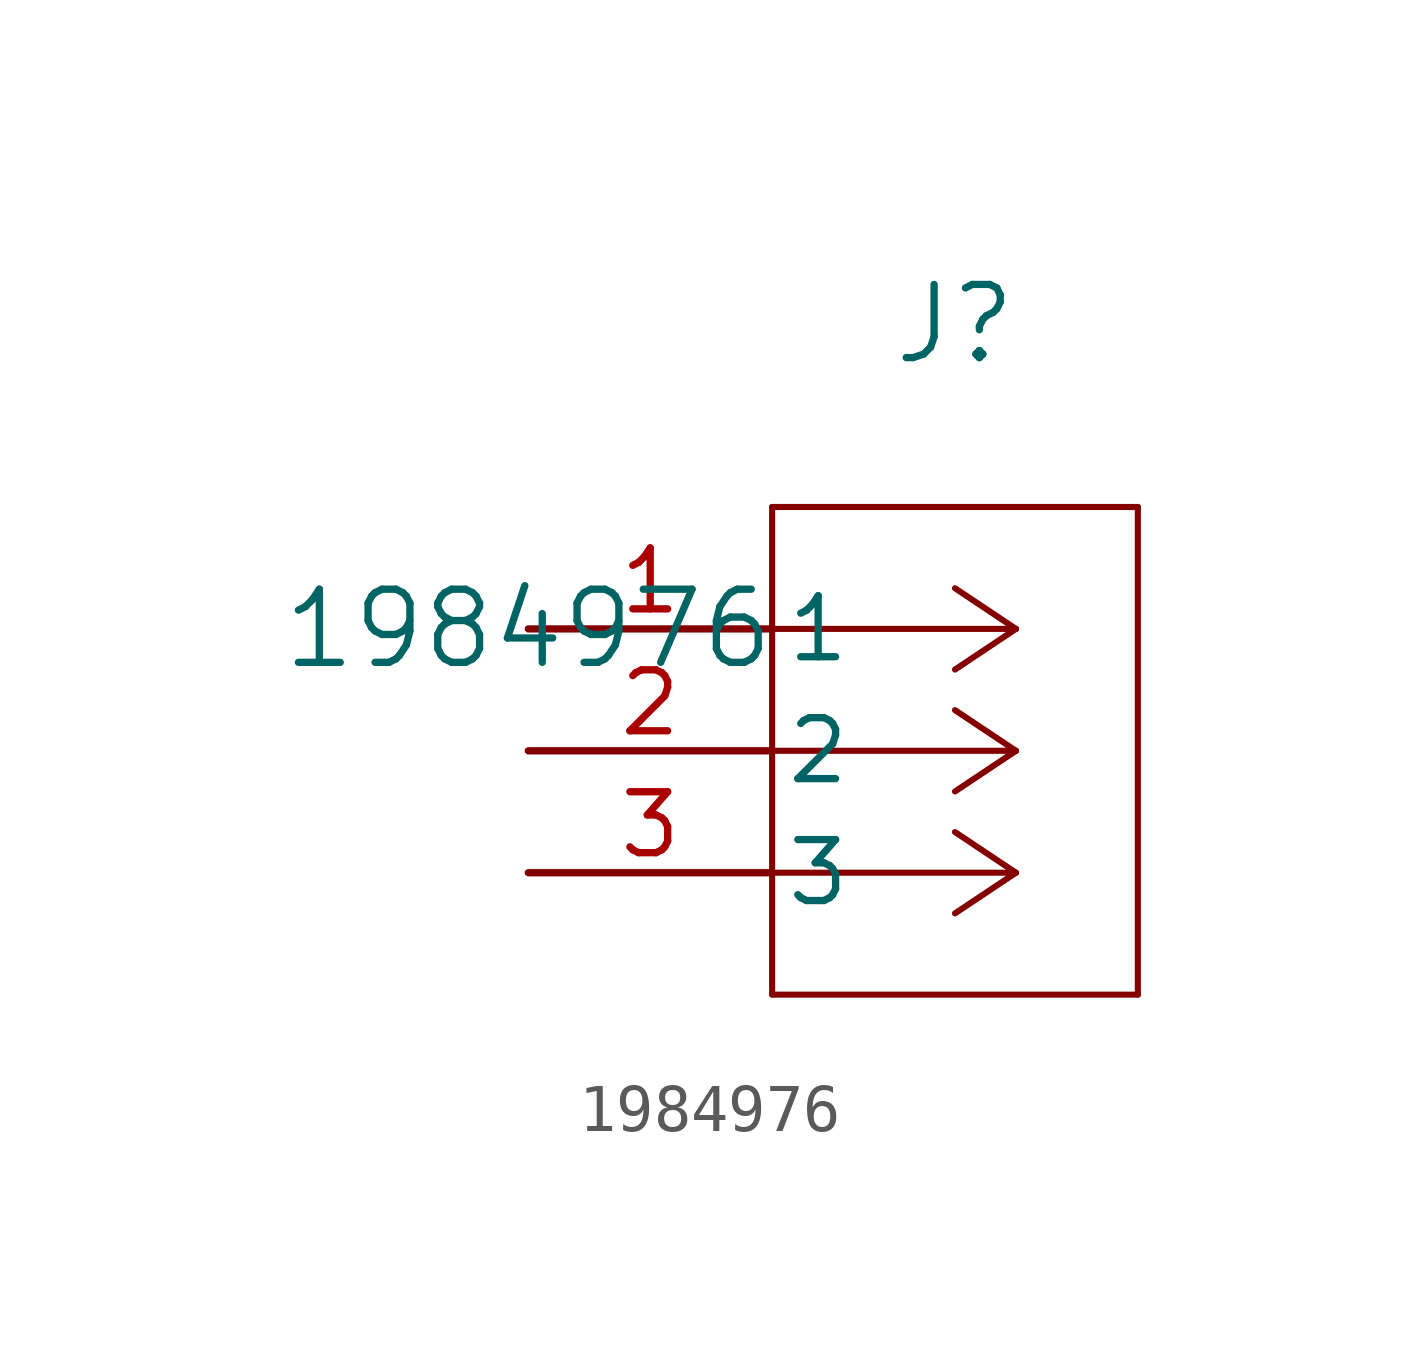
<source format=kicad_sym>
(kicad_symbol_lib
  (version 20211014)
  (generator kicad_symbol_editor)
  (symbol "1984976"
    (pin_names
      (offset 0.254))
    (property "Reference" "J"
      (at 8.89 6.35 0)
      (effects (font (size 1.524 1.524))))
    (property "Value" "1984976"
      (at 0 0 0)
      (effects (font (size 1.524 1.524))))
    (symbol "1984976_0_1"
      (polyline (pts (xy 10.16 0) (xy 5.08 0)) (stroke (width 0.127) (type default) (color 0 0 0 0)) (fill (type none)))
      (polyline (pts (xy 10.16 -2.54) (xy 5.08 -2.54)) (stroke (width 0.127) (type default) (color 0 0 0 0)) (fill (type none)))
      (polyline (pts (xy 10.16 -5.08) (xy 5.08 -5.08)) (stroke (width 0.127) (type default) (color 0 0 0 0)) (fill (type none)))
      (polyline (pts (xy 10.16 0) (xy 8.89 0.847)) (stroke (width 0.127) (type default) (color 0 0 0 0)) (fill (type none)))
      (polyline (pts (xy 10.16 -2.54) (xy 8.89 -1.693)) (stroke (width 0.127) (type default) (color 0 0 0 0)) (fill (type none)))
      (polyline (pts (xy 10.16 -5.08) (xy 8.89 -4.233)) (stroke (width 0.127) (type default) (color 0 0 0 0)) (fill (type none)))
      (polyline (pts (xy 10.16 0) (xy 8.89 -0.847)) (stroke (width 0.127) (type default) (color 0 0 0 0)) (fill (type none)))
      (polyline (pts (xy 10.16 -2.54) (xy 8.89 -3.387)) (stroke (width 0.127) (type default) (color 0 0 0 0)) (fill (type none)))
      (polyline (pts (xy 10.16 -5.08) (xy 8.89 -5.927)) (stroke (width 0.127) (type default) (color 0 0 0 0)) (fill (type none)))
      (polyline (pts (xy 5.08 2.54) (xy 5.08 -7.62)) (stroke (width 0.127) (type default) (color 0 0 0 0)) (fill (type none)))
      (polyline (pts (xy 5.08 -7.62) (xy 12.7 -7.62)) (stroke (width 0.127) (type default) (color 0 0 0 0)) (fill (type none)))
      (polyline (pts (xy 12.7 -7.62) (xy 12.7 2.54)) (stroke (width 0.127) (type default) (color 0 0 0 0)) (fill (type none)))
      (polyline (pts (xy 12.7 2.54) (xy 5.08 2.54)) (stroke (width 0.127) (type default) (color 0 0 0 0)) (fill (type none)))
      (pin unspecified line (at 0 0 0) (length 5.08) (name "1" (effects (font (size 1.27 1.27)))) (number "1" (effects (font (size 1.27 1.27)))))
      (pin unspecified line (at 0 -2.54 0) (length 5.08) (name "2" (effects (font (size 1.27 1.27)))) (number "2" (effects (font (size 1.27 1.27)))))
      (pin unspecified line (at 0 -5.08 0) (length 5.08) (name "3" (effects (font (size 1.27 1.27)))) (number "3" (effects (font (size 1.27 1.27))))))))
</source>
